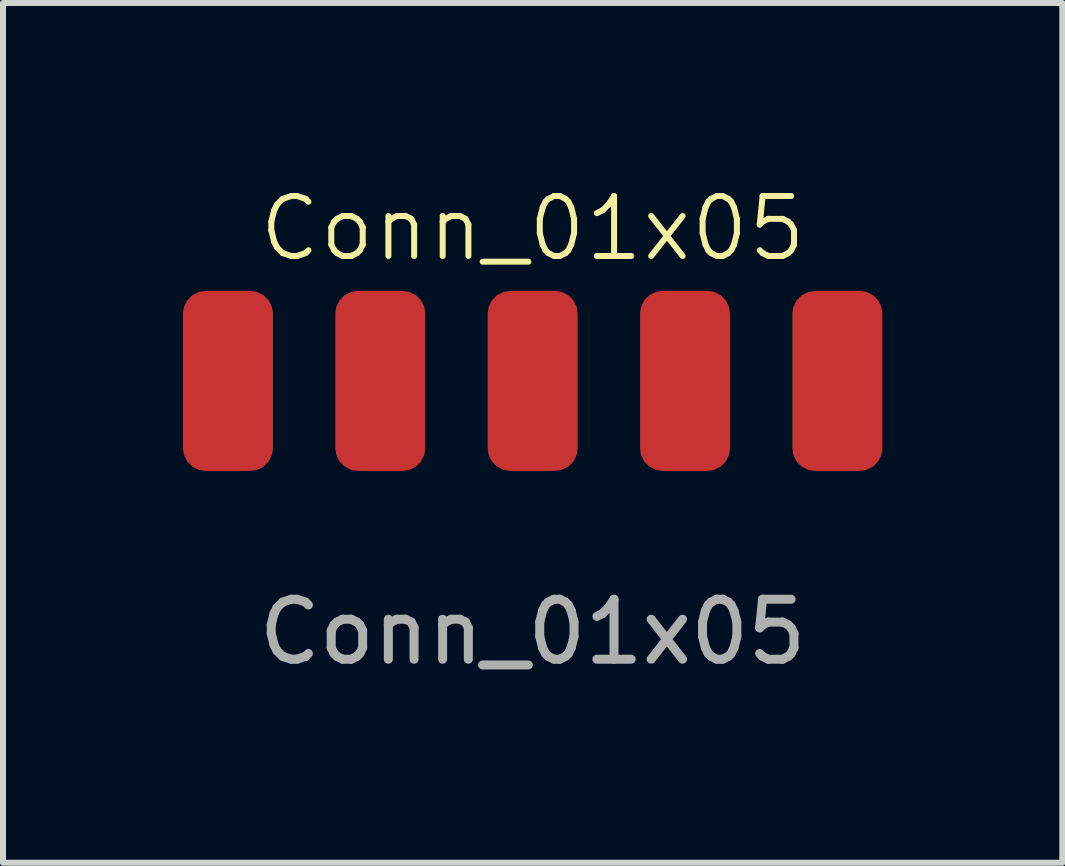
<source format=kicad_pcb>
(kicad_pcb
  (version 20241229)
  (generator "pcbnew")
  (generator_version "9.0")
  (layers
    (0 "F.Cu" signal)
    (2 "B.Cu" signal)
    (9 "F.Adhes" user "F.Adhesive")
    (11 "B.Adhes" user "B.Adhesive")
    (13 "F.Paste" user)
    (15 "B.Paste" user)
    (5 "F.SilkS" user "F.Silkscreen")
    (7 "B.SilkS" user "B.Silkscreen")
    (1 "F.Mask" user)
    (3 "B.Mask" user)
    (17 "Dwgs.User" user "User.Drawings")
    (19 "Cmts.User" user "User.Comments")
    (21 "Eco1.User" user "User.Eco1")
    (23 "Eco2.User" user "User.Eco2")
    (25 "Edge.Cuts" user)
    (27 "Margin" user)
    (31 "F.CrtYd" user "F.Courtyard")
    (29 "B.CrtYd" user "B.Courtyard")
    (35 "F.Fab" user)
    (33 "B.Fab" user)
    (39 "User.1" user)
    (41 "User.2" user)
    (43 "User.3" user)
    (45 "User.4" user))
  (footprint "Conn_01x05"
    (layer "F.Cu")
    (at 5.83 3.3)
    (property "Reference" "Conn_01x05" (at 0 -2.54 0) (unlocked yes) (layer "F.SilkS") (effects (font (size 1 1) (thickness 0.1))))
    (attr smd)
    (fp_text user "${REFERENCE}" (at -0.001 4.185 0) (unlocked yes) (layer "F.Fab") (effects (font (size 1 1) (thickness 0.15))))
    (pad "1" smd roundrect (at -5.08 0 90) (size 3 1.5) (layers "F.Cu" "F.Mask" "F.Paste") (roundrect_rratio 0.25))
    (pad "2" smd roundrect (at -2.54 0 90) (size 3 1.5) (layers "F.Cu" "F.Mask" "F.Paste") (roundrect_rratio 0.25))
    (pad "3" smd roundrect (at 0 0 90) (size 3 1.5) (layers "F.Cu" "F.Mask" "F.Paste") (roundrect_rratio 0.25))
    (pad "4" smd roundrect (at 2.54 0 90) (size 3 1.5) (layers "F.Cu" "F.Mask" "F.Paste") (roundrect_rratio 0.25))
    (pad "5" smd roundrect (at 5.08 0 90) (size 3 1.5) (layers "F.Cu" "F.Mask" "F.Paste") (roundrect_rratio 0.25)))
  (gr_rect
    (start -3 -3)
    (end 14.66 11.333)
    (stroke (width 0.1) (type default))
    (fill no)
    (layer "Edge.Cuts")))
</source>
